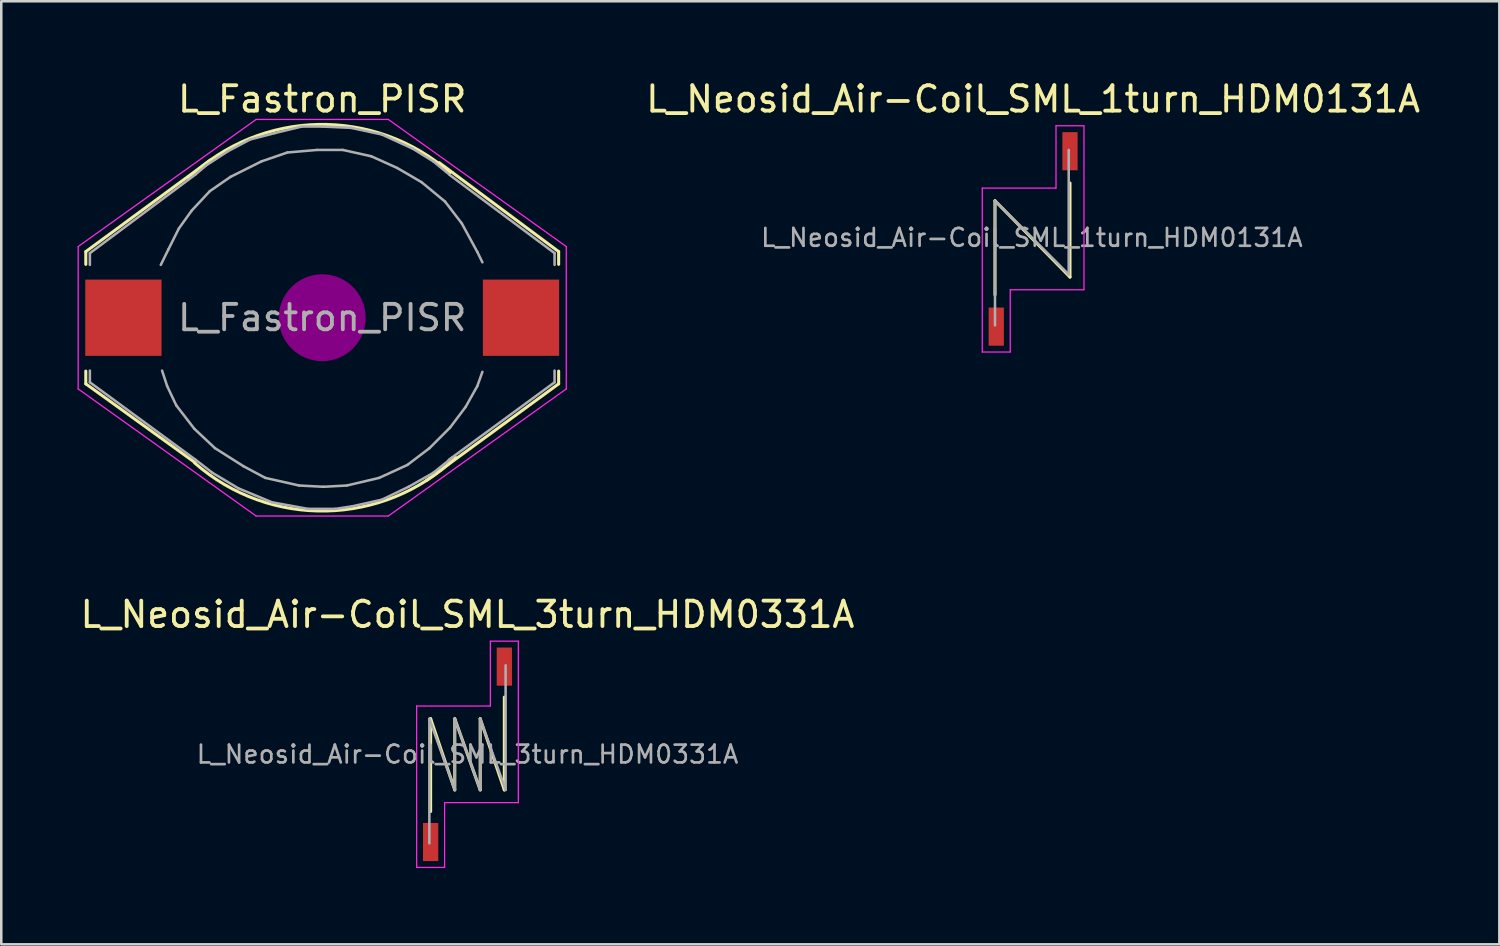
<source format=kicad_pcb>
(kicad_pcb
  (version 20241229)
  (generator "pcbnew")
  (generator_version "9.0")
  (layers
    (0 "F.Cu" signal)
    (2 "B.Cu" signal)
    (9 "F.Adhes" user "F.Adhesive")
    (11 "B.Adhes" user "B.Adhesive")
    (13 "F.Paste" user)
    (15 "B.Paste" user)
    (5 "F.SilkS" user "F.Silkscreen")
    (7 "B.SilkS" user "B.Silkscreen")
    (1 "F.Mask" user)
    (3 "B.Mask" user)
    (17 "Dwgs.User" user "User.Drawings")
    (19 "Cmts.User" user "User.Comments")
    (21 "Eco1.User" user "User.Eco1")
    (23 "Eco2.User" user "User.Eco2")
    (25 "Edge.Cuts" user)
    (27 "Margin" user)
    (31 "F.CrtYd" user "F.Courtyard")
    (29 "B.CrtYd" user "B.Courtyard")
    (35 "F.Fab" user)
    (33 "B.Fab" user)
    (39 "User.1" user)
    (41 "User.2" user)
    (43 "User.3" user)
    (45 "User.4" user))
  (footprint "L_Neosid_Air-Coil_SML_1turn_HDM0131A"
    (layer "F.Cu")
    (at 37.589 6.348)
    (property "Reference" "L_Neosid_Air-Coil_SML_1turn_HDM0131A" (at 0 -5.5 0) (layer "F.SilkS") (effects (font (size 1 1) (thickness 0.15))))
    (attr smd)
    (fp_line (start -1.5 -1.5) (end -1.5 2.2) (stroke (width 0.12) (type solid)) (layer "F.SilkS"))
    (fp_line (start -1.5 -1.5) (end 1.45 1.5) (stroke (width 0.12) (type solid)) (layer "F.SilkS"))
    (fp_line (start 1.45 1.5) (end 1.45 -2.2) (stroke (width 0.12) (type solid)) (layer "F.SilkS"))
    (fp_line (start -2 -2) (end -2 4.45) (stroke (width 0.05) (type solid)) (layer "F.CrtYd"))
    (fp_line (start -2 4.45) (end -0.9 4.45) (stroke (width 0.05) (type solid)) (layer "F.CrtYd"))
    (fp_line (start -0.9 2) (end 2 2) (stroke (width 0.05) (type solid)) (layer "F.CrtYd"))
    (fp_line (start -0.9 4.45) (end -0.9 2) (stroke (width 0.05) (type solid)) (layer "F.CrtYd"))
    (fp_line (start 0.9 -4.45) (end 0.9 -2) (stroke (width 0.05) (type solid)) (layer "F.CrtYd"))
    (fp_line (start 0.9 -2) (end -2 -2) (stroke (width 0.05) (type solid)) (layer "F.CrtYd"))
    (fp_line (start 2 -4.45) (end 0.9 -4.45) (stroke (width 0.05) (type solid)) (layer "F.CrtYd"))
    (fp_line (start 2 2) (end 2 -4.45) (stroke (width 0.05) (type solid)) (layer "F.CrtYd"))
    (fp_line (start -1.5 -1.5) (end 1.4 1.4) (stroke (width 0.1) (type solid)) (layer "F.Fab"))
    (fp_line (start -1.5 3.4) (end -1.5 -1.5) (stroke (width 0.1) (type solid)) (layer "F.Fab"))
    (fp_line (start 1.4 1.4) (end 1.4 -3.5) (stroke (width 0.1) (type solid)) (layer "F.Fab"))
    (fp_text user "${REFERENCE}" (at -0.05 -0.05 0) (layer "F.Fab") (effects (font (size 0.7 0.7) (thickness 0.105))))
    (pad "1" smd rect (at -1.45 3.45) (size 0.6 1.5) (layers "F.Cu" "F.Mask" "F.Paste"))
    (pad "2" smd rect (at 1.45 -3.45) (size 0.6 1.5) (layers "F.Cu" "F.Mask" "F.Paste")))
  (footprint "L_Neosid_Air-Coil_SML_3turn_HDM0331A"
    (layer "F.Cu")
    (at 15.339 26.622)
    (property "Reference" "L_Neosid_Air-Coil_SML_3turn_HDM0331A" (at 0 -5.5 0) (layer "F.SilkS") (effects (font (size 1 1) (thickness 0.15))))
    (attr smd)
    (fp_line (start -1.45 -1.4) (end -1.45 2.25) (stroke (width 0.12) (type solid)) (layer "F.SilkS"))
    (fp_line (start -1.45 -1.4) (end -0.5 1.4) (stroke (width 0.12) (type solid)) (layer "F.SilkS"))
    (fp_line (start -0.5 -1.4) (end -0.5 1.4) (stroke (width 0.12) (type solid)) (layer "F.SilkS"))
    (fp_line (start -0.5 -1.4) (end 0.5 1.4) (stroke (width 0.12) (type solid)) (layer "F.SilkS"))
    (fp_line (start 0.5 -1.4) (end 0.5 1.4) (stroke (width 0.12) (type solid)) (layer "F.SilkS"))
    (fp_line (start 0.5 -1.4) (end 1.45 1.4) (stroke (width 0.12) (type solid)) (layer "F.SilkS"))
    (fp_line (start 1.45 1.4) (end 1.45 -2.25) (stroke (width 0.12) (type solid)) (layer "F.SilkS"))
    (fp_line (start -2 -1.9) (end -2 4.45) (stroke (width 0.05) (type solid)) (layer "F.CrtYd"))
    (fp_line (start -2 4.45) (end -0.9 4.45) (stroke (width 0.05) (type solid)) (layer "F.CrtYd"))
    (fp_line (start -0.9 1.9) (end 2 1.9) (stroke (width 0.05) (type solid)) (layer "F.CrtYd"))
    (fp_line (start -0.9 4.45) (end -0.9 1.9) (stroke (width 0.05) (type solid)) (layer "F.CrtYd"))
    (fp_line (start 0.9 -4.45) (end 0.9 -1.9) (stroke (width 0.05) (type solid)) (layer "F.CrtYd"))
    (fp_line (start 0.9 -1.9) (end -2 -1.9) (stroke (width 0.05) (type solid)) (layer "F.CrtYd"))
    (fp_line (start 2 -4.45) (end 0.9 -4.45) (stroke (width 0.05) (type solid)) (layer "F.CrtYd"))
    (fp_line (start 2 1.9) (end 2 -4.45) (stroke (width 0.05) (type solid)) (layer "F.CrtYd"))
    (fp_line (start -1.5 -1.4) (end -0.5 1.4) (stroke (width 0.1) (type solid)) (layer "F.Fab"))
    (fp_line (start -1.5 3.5) (end -1.5 -1.4) (stroke (width 0.1) (type solid)) (layer "F.Fab"))
    (fp_line (start -0.5 -1.4) (end 0.5 1.4) (stroke (width 0.1) (type solid)) (layer "F.Fab"))
    (fp_line (start -0.5 1.4) (end -0.5 -1.4) (stroke (width 0.1) (type solid)) (layer "F.Fab"))
    (fp_line (start 0.5 -1.4) (end 1.5 1.4) (stroke (width 0.1) (type solid)) (layer "F.Fab"))
    (fp_line (start 0.5 1.4) (end 0.5 -1.4) (stroke (width 0.1) (type solid)) (layer "F.Fab"))
    (fp_line (start 1.5 1.4) (end 1.5 -3.5) (stroke (width 0.1) (type solid)) (layer "F.Fab"))
    (fp_text user "${REFERENCE}" (at 0 0 0) (layer "F.Fab") (effects (font (size 0.7 0.7) (thickness 0.105))))
    (pad "1" smd rect (at -1.45 3.45) (size 0.6 1.5) (layers "F.Cu" "F.Mask" "F.Paste"))
    (pad "2" smd rect (at 1.45 -3.45) (size 0.6 1.5) (layers "F.Cu" "F.Mask" "F.Paste")))
  (footprint "L_Fastron_PISR"
    (layer "F.Cu")
    (at 9.625 9.448)
    (property "Reference" "L_Fastron_PISR" (at 0 -8.6 0) (layer "F.SilkS") (effects (font (size 1 1) (thickness 0.15))))
    (attr smd)
    (fp_line (start -9.3 -2.6) (end -9.3 -2.1) (stroke (width 0.12) (type solid)) (layer "F.SilkS"))
    (fp_line (start -9.3 -2.6) (end -4.4 -6.2) (stroke (width 0.12) (type solid)) (layer "F.SilkS"))
    (fp_line (start -9.3 2.6) (end -9.3 2.1) (stroke (width 0.12) (type solid)) (layer "F.SilkS"))
    (fp_line (start -5 5.7) (end -9.3 2.6) (stroke (width 0.12) (type solid)) (layer "F.SilkS"))
    (fp_line (start 4.1 6.4) (end 9.3 2.6) (stroke (width 0.12) (type solid)) (layer "F.SilkS"))
    (fp_line (start 4.6 -6.1) (end 9.3 -2.6) (stroke (width 0.12) (type solid)) (layer "F.SilkS"))
    (fp_line (start 9.3 -2.6) (end 9.3 -2.1) (stroke (width 0.12) (type solid)) (layer "F.SilkS"))
    (fp_line (start 9.3 2.6) (end 9.3 2.1) (stroke (width 0.12) (type solid)) (layer "F.SilkS"))
    (fp_arc (start -5.25 -5.5) (mid -0.15496 -7.601874) (end 5.021503 -5.709379) (stroke (width 0.12) (type solid)) (layer "F.SilkS"))
    (fp_arc (start 5.25 5.5) (mid 0.15496 7.601874) (end -5.021503 5.709379) (stroke (width 0.12) (type solid)) (layer "F.SilkS"))
    (fp_line (start 0 -0.25) (end 0 0.25) (stroke (width 0.38) (type solid)) (layer "F.Adhes"))
    (fp_circle (center 0 0) (end 0 0.25) (stroke (width 0.38) (type solid)) (fill no) (layer "F.Adhes"))
    (fp_circle (center 0 0) (end 0 0.51) (stroke (width 0.38) (type solid)) (fill no) (layer "F.Adhes"))
    (fp_circle (center 0 0) (end 0 0.76) (stroke (width 0.38) (type solid)) (fill no) (layer "F.Adhes"))
    (fp_circle (center 0 0) (end 0 1.02) (stroke (width 0.38) (type solid)) (fill no) (layer "F.Adhes"))
    (fp_circle (center 0 0) (end 0 1.27) (stroke (width 0.38) (type solid)) (fill no) (layer "F.Adhes"))
    (fp_circle (center 0 0) (end 0 1.52) (stroke (width 0.38) (type solid)) (fill no) (layer "F.Adhes"))
    (fp_line (start -9.6 -2.8) (end -2.6 -7.8) (stroke (width 0.05) (type solid)) (layer "F.CrtYd"))
    (fp_line (start -9.6 2.8) (end -9.6 -2.8) (stroke (width 0.05) (type solid)) (layer "F.CrtYd"))
    (fp_line (start -2.6 -7.8) (end 2.6 -7.8) (stroke (width 0.05) (type solid)) (layer "F.CrtYd"))
    (fp_line (start -2.6 7.8) (end -9.6 2.8) (stroke (width 0.05) (type solid)) (layer "F.CrtYd"))
    (fp_line (start 2.6 -7.8) (end 9.6 -2.8) (stroke (width 0.05) (type solid)) (layer "F.CrtYd"))
    (fp_line (start 2.6 7.8) (end -2.6 7.8) (stroke (width 0.05) (type solid)) (layer "F.CrtYd"))
    (fp_line (start 9.6 -2.8) (end 9.6 2.8) (stroke (width 0.05) (type solid)) (layer "F.CrtYd"))
    (fp_line (start 9.6 2.8) (end 2.6 7.8) (stroke (width 0.05) (type solid)) (layer "F.CrtYd"))
    (fp_line (start -9.14 -2.54) (end -4.98 -5.64) (stroke (width 0.1) (type solid)) (layer "F.Fab"))
    (fp_line (start -9.14 -2.08) (end -9.14 -2.54) (stroke (width 0.1) (type solid)) (layer "F.Fab"))
    (fp_line (start -9.14 2.08) (end -9.14 2.54) (stroke (width 0.1) (type solid)) (layer "F.Fab"))
    (fp_line (start -9.14 2.54) (end -4.98 5.59) (stroke (width 0.1) (type solid)) (layer "F.Fab"))
    (fp_line (start -6.35 -2.08) (end -6.05 -2.69) (stroke (width 0.1) (type solid)) (layer "F.Fab"))
    (fp_line (start -6.3 2.08) (end -6.1 2.69) (stroke (width 0.1) (type solid)) (layer "F.Fab"))
    (fp_line (start -6.1 2.69) (end -5.74 3.45) (stroke (width 0.1) (type solid)) (layer "F.Fab"))
    (fp_line (start -6.05 -2.69) (end -5.64 -3.51) (stroke (width 0.1) (type solid)) (layer "F.Fab"))
    (fp_line (start -5.74 3.45) (end -5.03 4.37) (stroke (width 0.1) (type solid)) (layer "F.Fab"))
    (fp_line (start -5.64 -3.51) (end -5.13 -4.22) (stroke (width 0.1) (type solid)) (layer "F.Fab"))
    (fp_line (start -5.13 -4.22) (end -4.42 -4.98) (stroke (width 0.1) (type solid)) (layer "F.Fab"))
    (fp_line (start -5.03 4.37) (end -4.22 5.13) (stroke (width 0.1) (type solid)) (layer "F.Fab"))
    (fp_line (start -4.98 -5.64) (end -4.57 -5.99) (stroke (width 0.1) (type solid)) (layer "F.Fab"))
    (fp_line (start -4.98 5.59) (end -4.32 6.1) (stroke (width 0.1) (type solid)) (layer "F.Fab"))
    (fp_line (start -4.57 -5.99) (end -3.71 -6.55) (stroke (width 0.1) (type solid)) (layer "F.Fab"))
    (fp_line (start -4.42 -4.98) (end -3.61 -5.54) (stroke (width 0.1) (type solid)) (layer "F.Fab"))
    (fp_line (start -4.32 6.1) (end -3.3 6.71) (stroke (width 0.1) (type solid)) (layer "F.Fab"))
    (fp_line (start -4.22 5.13) (end -3.1 5.84) (stroke (width 0.1) (type solid)) (layer "F.Fab"))
    (fp_line (start -3.71 -6.55) (end -2.84 -7.01) (stroke (width 0.1) (type solid)) (layer "F.Fab"))
    (fp_line (start -3.61 -5.54) (end -2.39 -6.15) (stroke (width 0.1) (type solid)) (layer "F.Fab"))
    (fp_line (start -3.3 6.71) (end -1.98 7.26) (stroke (width 0.1) (type solid)) (layer "F.Fab"))
    (fp_line (start -3.1 5.84) (end -2.24 6.3) (stroke (width 0.1) (type solid)) (layer "F.Fab"))
    (fp_line (start -2.84 -7.01) (end -1.88 -7.26) (stroke (width 0.1) (type solid)) (layer "F.Fab"))
    (fp_line (start -2.39 -6.15) (end -1.37 -6.5) (stroke (width 0.1) (type solid)) (layer "F.Fab"))
    (fp_line (start -2.24 6.3) (end -0.91 6.6) (stroke (width 0.1) (type solid)) (layer "F.Fab"))
    (fp_line (start -1.98 7.26) (end -0.56 7.52) (stroke (width 0.1) (type solid)) (layer "F.Fab"))
    (fp_line (start -1.88 -7.26) (end -0.81 -7.52) (stroke (width 0.1) (type solid)) (layer "F.Fab"))
    (fp_line (start -1.37 -6.5) (end -0.2 -6.6) (stroke (width 0.1) (type solid)) (layer "F.Fab"))
    (fp_line (start -0.91 6.6) (end 0.05 6.65) (stroke (width 0.1) (type solid)) (layer "F.Fab"))
    (fp_line (start -0.81 -7.52) (end 0 -7.52) (stroke (width 0.1) (type solid)) (layer "F.Fab"))
    (fp_line (start -0.56 7.52) (end 0.51 7.52) (stroke (width 0.1) (type solid)) (layer "F.Fab"))
    (fp_line (start -0.2 -6.6) (end 0.81 -6.6) (stroke (width 0.1) (type solid)) (layer "F.Fab"))
    (fp_line (start 0 -7.52) (end 1.12 -7.47) (stroke (width 0.1) (type solid)) (layer "F.Fab"))
    (fp_line (start 0.05 6.65) (end 0.97 6.6) (stroke (width 0.1) (type solid)) (layer "F.Fab"))
    (fp_line (start 0.51 7.52) (end 1.17 7.42) (stroke (width 0.1) (type solid)) (layer "F.Fab"))
    (fp_line (start 0.81 -6.6) (end 1.93 -6.35) (stroke (width 0.1) (type solid)) (layer "F.Fab"))
    (fp_line (start 0.97 6.6) (end 2.24 6.3) (stroke (width 0.1) (type solid)) (layer "F.Fab"))
    (fp_line (start 1.12 -7.47) (end 2.34 -7.21) (stroke (width 0.1) (type solid)) (layer "F.Fab"))
    (fp_line (start 1.17 7.42) (end 2.34 7.16) (stroke (width 0.1) (type solid)) (layer "F.Fab"))
    (fp_line (start 1.93 -6.35) (end 2.95 -5.89) (stroke (width 0.1) (type solid)) (layer "F.Fab"))
    (fp_line (start 2.24 6.3) (end 3.35 5.79) (stroke (width 0.1) (type solid)) (layer "F.Fab"))
    (fp_line (start 2.34 -7.21) (end 3.56 -6.65) (stroke (width 0.1) (type solid)) (layer "F.Fab"))
    (fp_line (start 2.34 7.16) (end 3.4 6.65) (stroke (width 0.1) (type solid)) (layer "F.Fab"))
    (fp_line (start 2.95 -5.89) (end 3.91 -5.33) (stroke (width 0.1) (type solid)) (layer "F.Fab"))
    (fp_line (start 3.35 5.79) (end 4.22 5.13) (stroke (width 0.1) (type solid)) (layer "F.Fab"))
    (fp_line (start 3.4 6.65) (end 4.37 6.1) (stroke (width 0.1) (type solid)) (layer "F.Fab"))
    (fp_line (start 3.56 -6.65) (end 4.37 -6.15) (stroke (width 0.1) (type solid)) (layer "F.Fab"))
    (fp_line (start 3.91 -5.33) (end 4.83 -4.57) (stroke (width 0.1) (type solid)) (layer "F.Fab"))
    (fp_line (start 4.22 5.13) (end 5.03 4.32) (stroke (width 0.1) (type solid)) (layer "F.Fab"))
    (fp_line (start 4.37 -6.15) (end 4.93 -5.69) (stroke (width 0.1) (type solid)) (layer "F.Fab"))
    (fp_line (start 4.37 6.1) (end 5.13 5.49) (stroke (width 0.1) (type solid)) (layer "F.Fab"))
    (fp_line (start 4.83 -4.57) (end 5.49 -3.71) (stroke (width 0.1) (type solid)) (layer "F.Fab"))
    (fp_line (start 5.03 4.32) (end 5.64 3.51) (stroke (width 0.1) (type solid)) (layer "F.Fab"))
    (fp_line (start 5.49 -3.71) (end 6.1 -2.59) (stroke (width 0.1) (type solid)) (layer "F.Fab"))
    (fp_line (start 5.64 3.51) (end 6.1 2.69) (stroke (width 0.1) (type solid)) (layer "F.Fab"))
    (fp_line (start 6.1 -2.59) (end 6.3 -2.18) (stroke (width 0.1) (type solid)) (layer "F.Fab"))
    (fp_line (start 6.1 2.69) (end 6.3 2.13) (stroke (width 0.1) (type solid)) (layer "F.Fab"))
    (fp_line (start 9.14 -2.54) (end 4.98 -5.64) (stroke (width 0.1) (type solid)) (layer "F.Fab"))
    (fp_line (start 9.14 -2.08) (end 9.14 -2.54) (stroke (width 0.1) (type solid)) (layer "F.Fab"))
    (fp_line (start 9.14 2.08) (end 9.14 2.54) (stroke (width 0.1) (type solid)) (layer "F.Fab"))
    (fp_line (start 9.14 2.54) (end 4.98 5.59) (stroke (width 0.1) (type solid)) (layer "F.Fab"))
    (fp_text user "${REFERENCE}" (at 0 0 0) (layer "F.Fab") (effects (font (size 1 1) (thickness 0.15))))
    (pad "1" smd rect (at 7.82 0) (size 3 3) (layers "F.Cu" "F.Mask" "F.Paste"))
    (pad "2" smd rect (at -7.82 0) (size 3 3) (layers "F.Cu" "F.Mask" "F.Paste")))
  (gr_rect
    (start -3 -3)
    (end 55.929 34.096)
    (stroke (width 0.1) (type default))
    (fill no)
    (layer "Edge.Cuts")))
</source>
